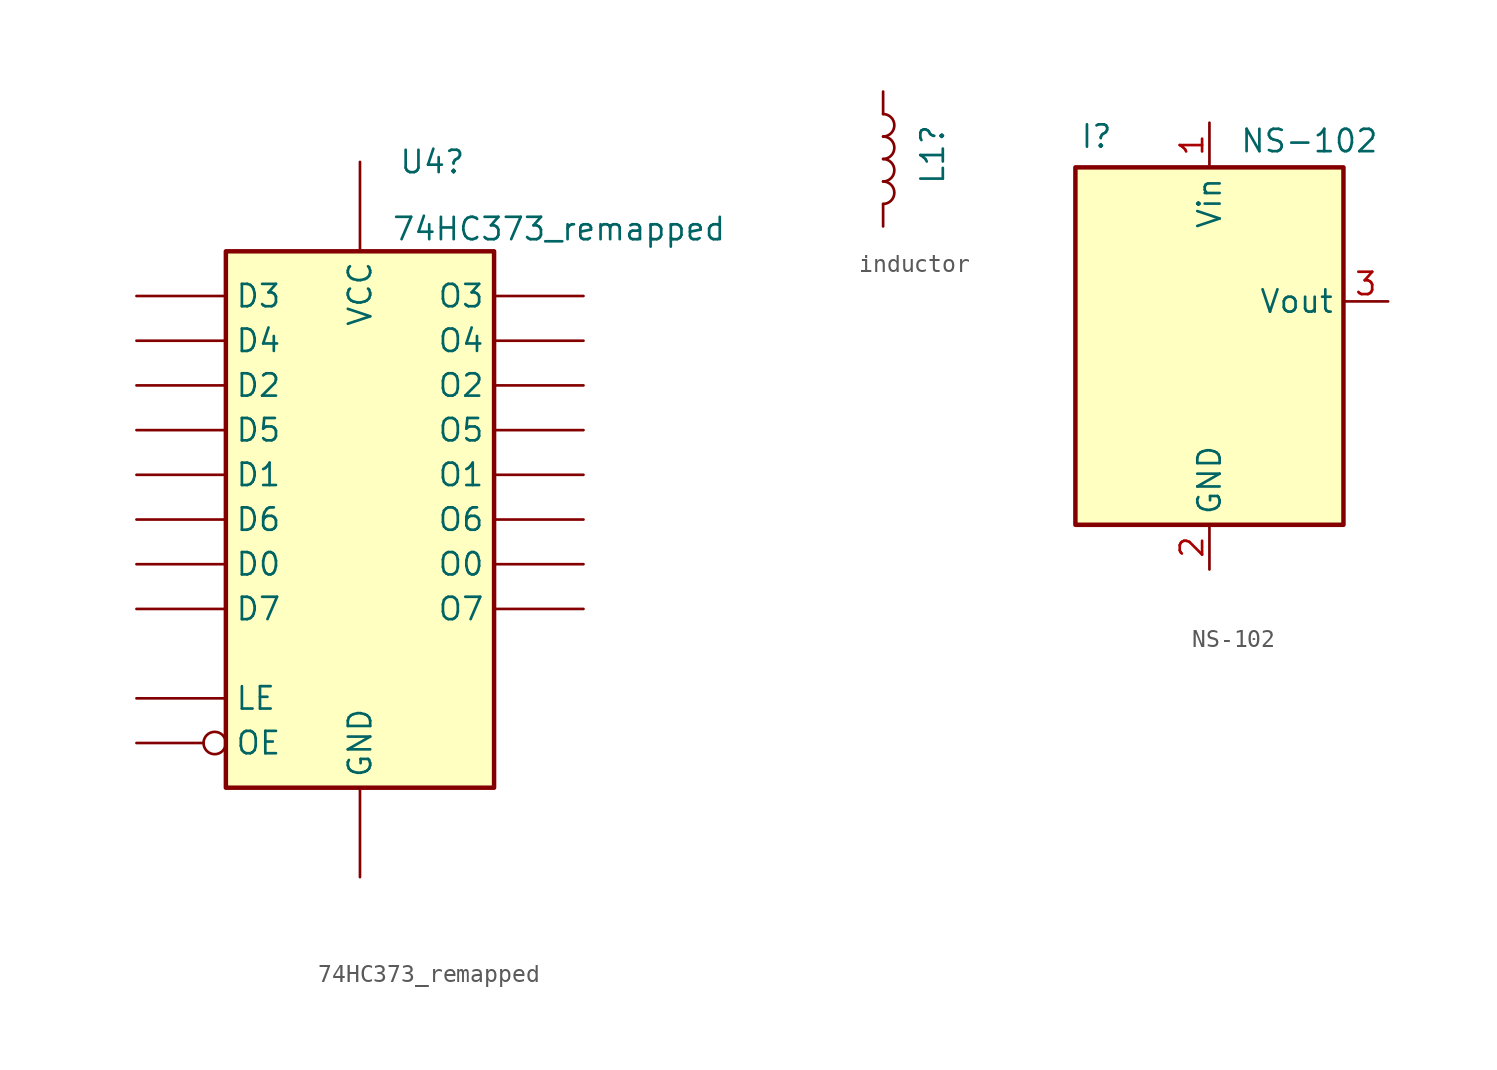
<source format=kicad_sym>
(kicad_symbol_lib
  (version 20231120)
  (generator "kicad_symbol_editor")
  (generator_version "8.0")
  (symbol "74HC373_remapped"
    (pin_numbers hide)
    (property "Reference" "U4"
      (at 2.194 20.32 0)
      (effects (font (size 1.27 1.27)) (justify left)))
    (property "Value" "74HC373_remapped"
      (at 1.778 16.51 0)
      (effects (font (size 1.27 1.27)) (justify left)))
    (symbol "74HC373_remapped_1_0"
      (pin input inverted (at -12.7 -12.7 0) (length 5.08) (name "OE" (effects (font (size 1.27 1.27)))) (number "1" (effects (font (size 1.27 1.27)))))
      (pin power_in line (at 0 -20.32 90) (length 5.08) (name "GND" (effects (font (size 1.27 1.27)))) (number "10" (effects (font (size 1.27 1.27)))))
      (pin input line (at -12.7 -10.16 0) (length 5.08) (name "LE" (effects (font (size 1.27 1.27)))) (number "11" (effects (font (size 1.27 1.27)))))
      (pin tri_state line (at 12.7 10.16 180) (length 5.08) (name "O4" (effects (font (size 1.27 1.27)))) (number "12" (effects (font (size 1.27 1.27)))))
      (pin input line (at -12.7 10.16 0) (length 5.08) (name "D4" (effects (font (size 1.27 1.27)))) (number "13" (effects (font (size 1.27 1.27)))))
      (pin input line (at -12.7 5.08 0) (length 5.08) (name "D5" (effects (font (size 1.27 1.27)))) (number "14" (effects (font (size 1.27 1.27)))))
      (pin tri_state line (at 12.7 5.08 180) (length 5.08) (name "O5" (effects (font (size 1.27 1.27)))) (number "15" (effects (font (size 1.27 1.27)))))
      (pin tri_state line (at 12.7 0 180) (length 5.08) (name "O6" (effects (font (size 1.27 1.27)))) (number "16" (effects (font (size 1.27 1.27)))))
      (pin input line (at -12.7 0 0) (length 5.08) (name "D6" (effects (font (size 1.27 1.27)))) (number "17" (effects (font (size 1.27 1.27)))))
      (pin input line (at -12.7 -5.08 0) (length 5.08) (name "D7" (effects (font (size 1.27 1.27)))) (number "18" (effects (font (size 1.27 1.27)))))
      (pin tri_state line (at 12.7 -5.08 180) (length 5.08) (name "O7" (effects (font (size 1.27 1.27)))) (number "19" (effects (font (size 1.27 1.27)))))
      (pin tri_state line (at 12.7 -2.54 180) (length 5.08) (name "O0" (effects (font (size 1.27 1.27)))) (number "2" (effects (font (size 1.27 1.27)))))
      (pin power_in line (at 0 20.32 270) (length 5.08) (name "VCC" (effects (font (size 1.27 1.27)))) (number "20" (effects (font (size 1.27 1.27)))))
      (pin input line (at -12.7 -2.54 0) (length 5.08) (name "D0" (effects (font (size 1.27 1.27)))) (number "3" (effects (font (size 1.27 1.27)))))
      (pin input line (at -12.7 2.54 0) (length 5.08) (name "D1" (effects (font (size 1.27 1.27)))) (number "4" (effects (font (size 1.27 1.27)))))
      (pin tri_state line (at 12.7 2.54 180) (length 5.08) (name "O1" (effects (font (size 1.27 1.27)))) (number "5" (effects (font (size 1.27 1.27)))))
      (pin tri_state line (at 12.7 7.62 180) (length 5.08) (name "O2" (effects (font (size 1.27 1.27)))) (number "6" (effects (font (size 1.27 1.27)))))
      (pin input line (at -12.7 7.62 0) (length 5.08) (name "D2" (effects (font (size 1.27 1.27)))) (number "7" (effects (font (size 1.27 1.27)))))
      (pin input line (at -12.7 12.7 0) (length 5.08) (name "D3" (effects (font (size 1.27 1.27)))) (number "8" (effects (font (size 1.27 1.27)))))
      (pin tri_state line (at 12.7 12.7 180) (length 5.08) (name "O3" (effects (font (size 1.27 1.27)))) (number "9" (effects (font (size 1.27 1.27))))))
    (symbol "74HC373_remapped_1_1"
      (rectangle (start -7.62 15.24) (end 7.62 -15.24) (stroke (width 0.254) (type default)) (fill (type background)))))
  (symbol "inductor"
    (pin_numbers hide)
    (pin_names
      (offset 1.016) hide)
    (property "Reference" "L1"
      (at 2.794 0.254 90)
      (effects (font (size 1.27 1.27))))
    (symbol "inductor_0_1"
      (arc (start 0 -2.54) (mid 0.6323 -1.905) (end 0 -1.27) (stroke (width 0) (type default)) (fill (type none)))
      (arc (start 0 -1.27) (mid 0.6323 -0.635) (end 0 0) (stroke (width 0) (type default)) (fill (type none)))
      (arc (start 0 0) (mid 0.6323 0.635) (end 0 1.27) (stroke (width 0) (type default)) (fill (type none)))
      (arc (start 0 1.27) (mid 0.6323 1.905) (end 0 2.54) (stroke (width 0) (type default)) (fill (type none))))
    (symbol "inductor_1_1"
      (pin passive line (at 0 3.81 270) (length 1.27) (name "1" (effects (font (size 1.27 1.27)))) (number "1" (effects (font (size 1.27 1.27)))))
      (pin passive line (at 0 -3.81 90) (length 1.27) (name "2" (effects (font (size 1.27 1.27)))) (number "2" (effects (font (size 1.27 1.27)))))))
  (symbol "NS-102"
    (property "Reference" "I"
      (at -7.366 11.176 0)
      (effects (font (size 1.27 1.27)) (justify left bottom)))
    (property "Value" "NS-102"
      (at 9.652 10.922 0)
      (effects (font (size 1.27 1.27)) (justify right bottom)))
    (symbol "NS-102_0_1"
      (rectangle (start -7.62 10.16) (end 7.62 -10.16) (stroke (width 0.254) (type default)) (fill (type background))))
    (symbol "NS-102_1_1"
      (pin power_in line (at 0 12.7 270) (length 2.54) (name "Vin" (effects (font (size 1.27 1.27)))) (number "1" (effects (font (size 1.27 1.27)))))
      (pin power_in line (at 0 -12.7 90) (length 2.54) (name "GND" (effects (font (size 1.27 1.27)))) (number "2" (effects (font (size 1.27 1.27)))))
      (pin power_out line (at 10.16 2.54 180) (length 2.54) (name "Vout" (effects (font (size 1.27 1.27)))) (number "3" (effects (font (size 1.27 1.27))))))))
</source>
